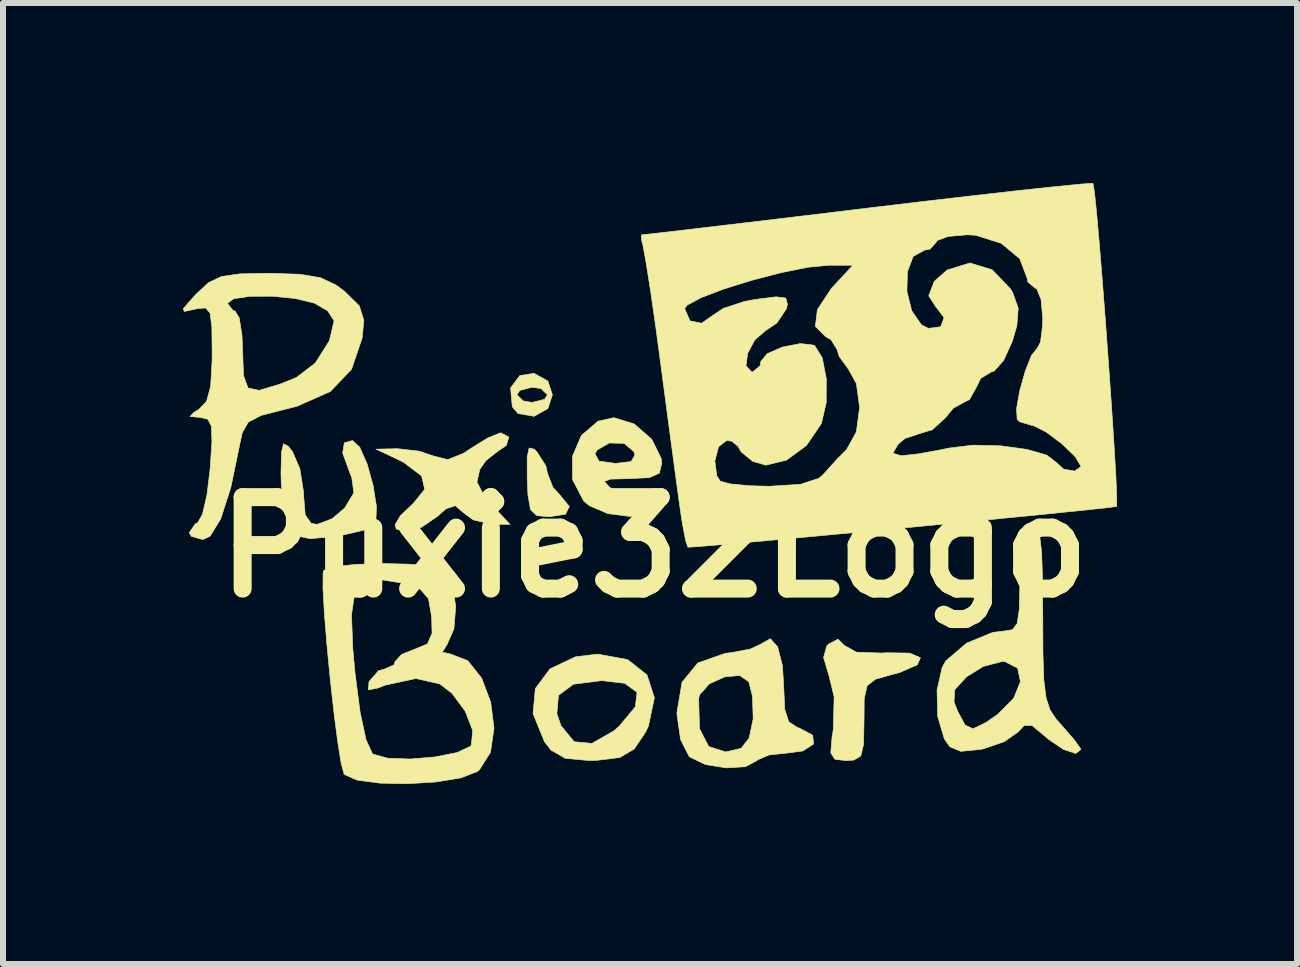
<source format=kicad_pcb>
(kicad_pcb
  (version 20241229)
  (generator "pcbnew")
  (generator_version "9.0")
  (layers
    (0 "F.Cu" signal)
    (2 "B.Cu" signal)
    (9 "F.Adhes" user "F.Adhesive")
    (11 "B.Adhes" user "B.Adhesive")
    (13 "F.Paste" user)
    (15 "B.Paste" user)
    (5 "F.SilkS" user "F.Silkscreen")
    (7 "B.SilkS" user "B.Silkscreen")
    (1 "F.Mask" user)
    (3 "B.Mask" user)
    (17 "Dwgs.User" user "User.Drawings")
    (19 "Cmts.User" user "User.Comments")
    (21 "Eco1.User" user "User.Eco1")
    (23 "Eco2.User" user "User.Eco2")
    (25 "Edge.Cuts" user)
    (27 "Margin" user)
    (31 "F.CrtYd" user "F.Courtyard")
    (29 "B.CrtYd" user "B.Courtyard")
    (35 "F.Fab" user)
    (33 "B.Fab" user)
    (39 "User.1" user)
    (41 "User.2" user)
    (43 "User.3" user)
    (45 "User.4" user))
  (footprint "Puxie32Logo"
    (layer "F.Cu")
    (at 7.852 6.07)
    (property "Reference" "Puxie32Logo" (at 0 0 0) (layer "F.SilkS") (effects (font (size 1.524 1.524) (thickness 0.3))))
    (attr through_hole)
    (fp_poly (pts (xy -2 -1.634) (xy -1.956 -1.593) (xy -1.805 -1.356) (xy -1.778 -1.231) (xy -1.688 -1) (xy -1.587 -0.889) (xy -1.413 -0.679) (xy -1.478 -0.549) (xy -1.746 -0.508) (xy -1.954 -0.526) (xy -2.06 -0.624) (xy -2.103 -0.867) (xy -2.115 -1.14) (xy -2.116 -1.503) (xy -2.083 -1.654) (xy -2 -1.634)) (stroke (width 0.01) (type solid)) (fill yes) (layer "F.SilkS"))
    (fp_poly (pts (xy -1.772 -2.77) (xy -1.696 -2.54) (xy -1.771 -2.311) (xy -2 -2.182) (xy -2.001 -2.182) (xy -2.269 -2.228) (xy -2.364 -2.341) (xy -2.382 -2.54) (xy -2.286 -2.54) (xy -2.18 -2.437) (xy -2.032 -2.413) (xy -1.826 -2.466) (xy -1.778 -2.54) (xy -1.884 -2.643) (xy -2.032 -2.667) (xy -2.238 -2.614) (xy -2.286 -2.54) (xy -2.382 -2.54) (xy -2.392 -2.655) (xy -2.24 -2.86) (xy -2.001 -2.898) (xy -1.772 -2.77)) (stroke (width 0.01) (type solid)) (fill yes) (layer "F.SilkS"))
    (fp_poly (pts (xy 3.165 1.634) (xy 3.371 1.749) (xy 3.794 1.764) (xy 3.858 1.759) (xy 4.259 1.765) (xy 4.438 1.842) (xy 4.386 1.96) (xy 4.093 2.088) (xy 3.969 2.121) (xy 3.691 2.199) (xy 3.55 2.308) (xy 3.501 2.525) (xy 3.498 2.896) (xy 3.491 3.282) (xy 3.444 3.479) (xy 3.328 3.548) (xy 3.201 3.556) (xy 3.013 3.535) (xy 2.944 3.427) (xy 2.966 3.16) (xy 2.986 3.041) (xy 3 2.493) (xy 2.915 2.145) (xy 2.824 1.838) (xy 2.876 1.649) (xy 2.908 1.613) (xy 3.064 1.533) (xy 3.165 1.634)) (stroke (width 0.01) (type solid)) (fill yes) (layer "F.SilkS"))
    (fp_poly (pts (xy -0.442 1.873) (xy -0.119 2.128) (xy 0.004 2.51) (xy -0.095 2.981) (xy -0.146 3.088) (xy -0.333 3.364) (xy -0.573 3.505) (xy -0.954 3.552) (xy -1.097 3.554) (xy -1.48 3.519) (xy -1.717 3.383) (xy -1.827 3.243) (xy -2.017 2.777) (xy -1.621 2.777) (xy -1.552 2.975) (xy -1.333 3.242) (xy -1.037 3.27) (xy -0.67 3.06) (xy -0.581 2.982) (xy -0.313 2.659) (xy -0.285 2.417) (xy -0.491 2.268) (xy -0.877 2.223) (xy -1.347 2.284) (xy -1.595 2.469) (xy -1.621 2.777) (xy -2.017 2.777) (xy -2.018 2.775) (xy -1.98 2.356) (xy -1.735 2.027) (xy -1.309 1.826) (xy -0.94 1.782) (xy -0.442 1.873)) (stroke (width 0.01) (type solid)) (fill yes) (layer "F.SilkS"))
    (fp_poly (pts (xy -4.906 -1.666) (xy -4.784 -1.388) (xy -4.684 -1.03) (xy -4.628 -0.679) (xy -4.638 -0.422) (xy -4.669 -0.36) (xy -4.849 -0.282) (xy -5.183 -0.204) (xy -5.358 -0.176) (xy -5.731 -0.142) (xy -5.939 -0.185) (xy -6.066 -0.326) (xy -6.083 -0.357) (xy -6.167 -0.64) (xy -6.214 -1.048) (xy -6.219 -1.23) (xy -6.21 -1.585) (xy -6.177 -1.724) (xy -6.099 -1.683) (xy -6.028 -1.595) (xy -5.904 -1.305) (xy -5.843 -0.918) (xy -5.842 -0.865) (xy -5.815 -0.536) (xy -5.715 -0.398) (xy -5.616 -0.381) (xy -5.37 -0.472) (xy -5.159 -0.651) (xy -5.004 -0.906) (xy -5.04 -1.165) (xy -5.067 -1.229) (xy -5.191 -1.57) (xy -5.163 -1.74) (xy -5.027 -1.778) (xy -4.906 -1.666)) (stroke (width 0.01) (type solid)) (fill yes) (layer "F.SilkS"))
    (fp_poly (pts (xy -2.422 -1.836) (xy -2.463 -1.696) (xy -2.595 -1.608) (xy -2.803 -1.444) (xy -2.905 -1.3) (xy -2.953 -1.087) (xy -2.833 -0.854) (xy -2.718 -0.721) (xy -2.403 -0.381) (xy -2.71 -0.381) (xy -3.017 -0.457) (xy -3.179 -0.576) (xy -3.316 -0.693) (xy -3.467 -0.641) (xy -3.615 -0.512) (xy -3.88 -0.331) (xy -4.133 -0.255) (xy -4.296 -0.302) (xy -4.318 -0.372) (xy -4.228 -0.527) (xy -4.015 -0.728) (xy -3.824 -0.964) (xy -3.876 -1.189) (xy -4.176 -1.415) (xy -4.318 -1.486) (xy -4.636 -1.634) (xy -4.278 -1.642) (xy -3.916 -1.601) (xy -3.671 -1.518) (xy -3.438 -1.46) (xy -3.171 -1.568) (xy -3.057 -1.645) (xy -2.774 -1.82) (xy -2.567 -1.904) (xy -2.552 -1.905) (xy -2.422 -1.836)) (stroke (width 0.01) (type solid)) (fill yes) (layer "F.SilkS"))
    (fp_poly (pts (xy -0.332 -2.054) (xy -0.039 -1.798) (xy 0.119 -1.477) (xy 0.127 -1.397) (xy 0.087 -1.234) (xy -0.079 -1.16) (xy -0.405 -1.143) (xy -0.727 -1.135) (xy -0.83 -1.097) (xy -0.75 -1.007) (xy -0.693 -0.964) (xy -0.405 -0.854) (xy -0.213 -0.911) (xy 0.033 -0.982) (xy 0.12 -0.866) (xy 0.083 -0.704) (xy -0.092 -0.56) (xy -0.407 -0.513) (xy -0.767 -0.559) (xy -1.08 -0.692) (xy -1.175 -0.773) (xy -1.359 -1.125) (xy -1.362 -1.514) (xy -1.344 -1.556) (xy -0.985 -1.556) (xy -0.919 -1.435) (xy -0.65 -1.397) (xy -0.383 -1.427) (xy -0.321 -1.535) (xy -0.338 -1.594) (xy -0.501 -1.731) (xy -0.748 -1.737) (xy -0.95 -1.621) (xy -0.985 -1.556) (xy -1.344 -1.556) (xy -1.212 -1.863) (xy -0.935 -2.1) (xy -0.67 -2.159) (xy -0.332 -2.054)) (stroke (width 0.01) (type solid)) (fill yes) (layer "F.SilkS"))
    (fp_poly (pts (xy 2.058 1.661) (xy 2.138 1.972) (xy 2.159 2.305) (xy 2.176 2.7) (xy 2.244 2.91) (xy 2.386 3.004) (xy 2.413 3.011) (xy 2.643 3.133) (xy 2.657 3.28) (xy 2.479 3.396) (xy 2.23 3.429) (xy 1.914 3.463) (xy 1.723 3.545) (xy 1.714 3.556) (xy 1.523 3.658) (xy 1.202 3.678) (xy 0.858 3.623) (xy 0.598 3.499) (xy 0.581 3.483) (xy 0.441 3.207) (xy 0.381 2.79) (xy 0.381 2.75) (xy 0.42 2.521) (xy 0.742 2.521) (xy 0.756 3.023) (xy 0.909 3.322) (xy 1.193 3.412) (xy 1.45 3.352) (xy 1.584 3.181) (xy 1.651 2.86) (xy 1.639 2.485) (xy 1.578 2.243) (xy 1.426 2.138) (xy 1.175 2.161) (xy 0.919 2.278) (xy 0.758 2.459) (xy 0.742 2.521) (xy 0.42 2.521) (xy 0.465 2.251) (xy 0.728 1.929) (xy 1.184 1.769) (xy 1.292 1.756) (xy 1.604 1.697) (xy 1.79 1.61) (xy 1.796 1.603) (xy 1.937 1.525) (xy 2.058 1.661)) (stroke (width 0.01) (type solid)) (fill yes) (layer "F.SilkS"))
    (fp_poly (pts (xy 6.369 -0.343) (xy 6.424 -0.201) (xy 6.458 0.082) (xy 6.473 0.546) (xy 6.477 1.124) (xy 6.48 1.77) (xy 6.495 2.214) (xy 6.532 2.51) (xy 6.598 2.712) (xy 6.705 2.871) (xy 6.795 2.972) (xy 7.002 3.21) (xy 7.108 3.359) (xy 7.112 3.372) (xy 7.026 3.438) (xy 6.819 3.369) (xy 6.563 3.194) (xy 6.516 3.152) (xy 6.301 2.974) (xy 6.169 2.969) (xy 6.063 3.081) (xy 5.837 3.24) (xy 5.492 3.359) (xy 5.44 3.37) (xy 5.11 3.402) (xy 4.926 3.324) (xy 4.837 3.195) (xy 4.726 2.821) (xy 4.72 2.58) (xy 4.998 2.58) (xy 5.057 2.731) (xy 5.181 2.963) (xy 5.313 3.026) (xy 5.527 2.924) (xy 5.727 2.785) (xy 5.993 2.517) (xy 6.105 2.239) (xy 6.058 2.015) (xy 5.846 1.907) (xy 5.798 1.905) (xy 5.485 1.987) (xy 5.206 2.16) (xy 5.01 2.374) (xy 4.998 2.58) (xy 4.72 2.58) (xy 4.715 2.381) (xy 4.801 2.002) (xy 4.862 1.894) (xy 5.207 1.599) (xy 5.642 1.42) (xy 5.834 1.397) (xy 5.971 1.375) (xy 6.05 1.272) (xy 6.086 1.035) (xy 6.096 0.608) (xy 6.096 0.508) (xy 6.107 0.025) (xy 6.147 -0.251) (xy 6.227 -0.368) (xy 6.287 -0.381) (xy 6.369 -0.343)) (stroke (width 0.01) (type solid)) (fill yes) (layer "F.SilkS"))
    (fp_poly (pts (xy -6.413 -4.565) (xy -5.902 -4.549) (xy -5.559 -4.491) (xy -5.301 -4.369) (xy -5.157 -4.262) (xy -4.914 -4.023) (xy -4.838 -3.781) (xy -4.866 -3.486) (xy -5.043 -2.966) (xy -5.397 -2.595) (xy -5.953 -2.349) (xy -6.15 -2.299) (xy -6.547 -2.197) (xy -6.762 -2.086) (xy -6.863 -1.914) (xy -6.901 -1.74) (xy -7.055 -0.996) (xy -7.223 -0.473) (xy -7.4 -0.184) (xy -7.522 -0.127) (xy -7.712 -0.181) (xy -7.747 -0.243) (xy -7.648 -0.388) (xy -7.608 -0.406) (xy -7.528 -0.547) (xy -7.453 -0.871) (xy -7.4 -1.306) (xy -7.37 -1.76) (xy -7.379 -2.018) (xy -7.439 -2.133) (xy -7.56 -2.163) (xy -7.571 -2.163) (xy -7.736 -2.178) (xy -7.669 -2.248) (xy -7.588 -2.296) (xy -7.46 -2.43) (xy -7.391 -2.681) (xy -7.367 -3.112) (xy -7.366 -3.233) (xy -7.371 -3.669) (xy -7.401 -3.903) (xy -7.476 -3.988) (xy -7.616 -3.976) (xy -7.652 -3.967) (xy -7.831 -3.929) (xy -7.847 -3.975) (xy -7.77 -4.064) (xy -7.112 -4.064) (xy -7.015 -3.941) (xy -6.985 -3.937) (xy -6.915 -3.822) (xy -6.869 -3.527) (xy -6.858 -3.25) (xy -6.843 -2.859) (xy -6.768 -2.654) (xy -6.584 -2.614) (xy -6.245 -2.715) (xy -5.963 -2.828) (xy -5.647 -3.069) (xy -5.411 -3.443) (xy -5.334 -3.775) (xy -5.44 -3.939) (xy -5.66 -4.067) (xy -5.978 -4.145) (xy -6.362 -4.183) (xy -6.733 -4.182) (xy -7.01 -4.14) (xy -7.112 -4.064) (xy -7.77 -4.064) (xy -7.695 -4.151) (xy -7.62 -4.231) (xy -7.424 -4.411) (xy -7.21 -4.512) (xy -6.9 -4.556) (xy -6.415 -4.565) (xy -6.413 -4.565)) (stroke (width 0.01) (type solid)) (fill yes) (layer "F.SilkS"))
    (fp_poly (pts (xy -4.077 0.283) (xy -3.707 0.318) (xy -3.497 0.378) (xy -3.491 0.382) (xy -3.36 0.624) (xy -3.307 0.991) (xy -3.337 1.363) (xy -3.452 1.623) (xy -3.454 1.626) (xy -3.531 1.749) (xy -3.4 1.778) (xy -3.106 1.891) (xy -2.875 2.182) (xy -2.724 2.581) (xy -2.669 3.016) (xy -2.727 3.417) (xy -2.913 3.711) (xy -2.949 3.739) (xy -3.22 3.844) (xy -3.633 3.912) (xy -4.11 3.942) (xy -4.574 3.932) (xy -4.949 3.882) (xy -5.159 3.79) (xy -5.168 3.778) (xy -5.216 3.602) (xy -5.274 3.24) (xy -5.337 2.75) (xy -5.399 2.191) (xy -5.454 1.621) (xy -5.494 1.124) (xy -5.044 1.124) (xy -5.023 1.679) (xy -4.985 2.099) (xy -4.9 2.752) (xy -4.802 3.207) (xy -4.698 3.436) (xy -4.683 3.449) (xy -4.44 3.517) (xy -4.064 3.53) (xy -3.648 3.495) (xy -3.283 3.422) (xy -3.063 3.319) (xy -3.046 3.298) (xy -3.024 3.053) (xy -3.148 2.734) (xy -3.369 2.435) (xy -3.572 2.278) (xy -3.973 2.188) (xy -4.485 2.3) (xy -4.605 2.347) (xy -4.765 2.378) (xy -4.751 2.237) (xy -4.75 2.237) (xy -4.593 2.059) (xy -4.495 2.032) (xy -4.335 1.96) (xy -4.318 1.907) (xy -4.21 1.788) (xy -3.994 1.701) (xy -3.778 1.612) (xy -3.701 1.436) (xy -3.708 1.163) (xy -3.76 0.859) (xy -3.899 0.699) (xy -4.207 0.599) (xy -4.235 0.592) (xy -4.602 0.533) (xy -4.848 0.582) (xy -4.991 0.768) (xy -5.044 1.124) (xy -5.494 1.124) (xy -5.496 1.099) (xy -5.519 0.683) (xy -5.517 0.431) (xy -5.505 0.385) (xy -5.321 0.323) (xy -4.967 0.286) (xy -4.525 0.272) (xy -4.077 0.283)) (stroke (width 0.01) (type solid)) (fill yes) (layer "F.SilkS"))
    (fp_poly (pts (xy 7.314 -6.063) (xy 7.337 -5.929) (xy 7.373 -5.587) (xy 7.417 -5.084) (xy 7.468 -4.464) (xy 7.521 -3.774) (xy 7.573 -3.057) (xy 7.622 -2.361) (xy 7.663 -1.73) (xy 7.694 -1.21) (xy 7.71 -0.846) (xy 7.709 -0.684) (xy 7.708 -0.68) (xy 7.581 -0.662) (xy 7.24 -0.625) (xy 6.724 -0.572) (xy 6.072 -0.507) (xy 5.324 -0.434) (xy 4.519 -0.356) (xy 3.695 -0.278) (xy 2.891 -0.203) (xy 2.148 -0.134) (xy 1.503 -0.076) (xy 0.996 -0.032) (xy 0.666 -0.006) (xy 0.562 0) (xy 0.525 -0.111) (xy 0.472 -0.388) (xy 0.458 -0.476) (xy 0.416 -0.766) (xy 0.35 -1.251) (xy 0.266 -1.876) (xy 0.172 -2.584) (xy 0.12 -2.979) (xy 0.027 -3.671) (xy -0.017 -3.978) (xy 0.508 -3.978) (xy 0.598 -3.772) (xy 0.792 -3.733) (xy 0.945 -3.842) (xy 1.152 -3.98) (xy 1.506 -4.096) (xy 1.68 -4.129) (xy 2.034 -4.173) (xy 2.195 -4.152) (xy 2.222 -4.05) (xy 2.206 -3.977) (xy 2.047 -3.738) (xy 1.865 -3.615) (xy 1.68 -3.459) (xy 1.559 -3.232) (xy 1.531 -3.024) (xy 1.625 -2.922) (xy 1.642 -2.921) (xy 1.765 -3.023) (xy 1.778 -3.096) (xy 1.887 -3.227) (xy 2.143 -3.337) (xy 2.437 -3.394) (xy 2.664 -3.367) (xy 2.675 -3.36) (xy 2.802 -3.158) (xy 2.869 -2.808) (xy 2.868 -2.411) (xy 2.79 -2.069) (xy 2.786 -2.059) (xy 2.538 -1.695) (xy 2.206 -1.451) (xy 1.862 -1.368) (xy 1.645 -1.43) (xy 1.45 -1.589) (xy 1.397 -1.682) (xy 1.294 -1.767) (xy 1.206 -1.778) (xy 1.073 -1.674) (xy 1.012 -1.439) (xy 1.043 -1.193) (xy 1.101 -1.101) (xy 1.265 -1.055) (xy 1.601 -1.024) (xy 1.921 -1.016) (xy 2.438 -1.048) (xy 2.744 -1.148) (xy 2.821 -1.215) (xy 3.05 -1.469) (xy 3.148 -1.566) (xy 3.979 -1.566) (xy 4.11 -1.527) (xy 4.144 -1.527) (xy 4.416 -1.557) (xy 4.799 -1.628) (xy 4.91 -1.652) (xy 5.315 -1.701) (xy 5.774 -1.69) (xy 6.21 -1.631) (xy 6.546 -1.534) (xy 6.706 -1.409) (xy 6.706 -1.408) (xy 6.828 -1.3) (xy 7.008 -1.27) (xy 7.111 -1.339) (xy 7.112 -1.351) (xy 7.018 -1.509) (xy 6.795 -1.724) (xy 6.532 -1.921) (xy 6.318 -2.028) (xy 6.287 -2.032) (xy 6.086 -2.093) (xy 6.05 -2.131) (xy 6.04 -2.307) (xy 6.093 -2.606) (xy 6.185 -2.934) (xy 6.289 -3.198) (xy 6.376 -3.302) (xy 6.439 -3.415) (xy 6.474 -3.696) (xy 6.477 -3.81) (xy 6.449 -4.128) (xy 6.378 -4.305) (xy 6.35 -4.318) (xy 6.229 -4.419) (xy 6.219 -4.477) (xy 6.094 -4.808) (xy 5.785 -5.065) (xy 5.36 -5.199) (xy 5.218 -5.207) (xy 4.896 -5.179) (xy 4.714 -5.11) (xy 4.699 -5.08) (xy 4.596 -4.967) (xy 4.511 -4.953) (xy 4.319 -4.849) (xy 4.221 -4.592) (xy 4.213 -4.262) (xy 4.293 -3.94) (xy 4.455 -3.706) (xy 4.571 -3.647) (xy 4.775 -3.674) (xy 4.832 -3.826) (xy 4.702 -3.999) (xy 4.699 -4) (xy 4.576 -4.19) (xy 4.668 -4.43) (xy 4.884 -4.62) (xy 5.263 -4.737) (xy 5.634 -4.624) (xy 5.942 -4.302) (xy 5.976 -4.242) (xy 6.068 -3.984) (xy 6.045 -3.691) (xy 5.969 -3.43) (xy 5.826 -3.115) (xy 5.669 -2.937) (xy 5.619 -2.921) (xy 5.443 -2.815) (xy 5.371 -2.667) (xy 5.256 -2.461) (xy 5.159 -2.413) (xy 4.985 -2.316) (xy 4.855 -2.159) (xy 4.637 -1.958) (xy 4.459 -1.905) (xy 4.18 -1.813) (xy 4.064 -1.714) (xy 3.979 -1.566) (xy 3.148 -1.566) (xy 3.207 -1.625) (xy 3.37 -1.922) (xy 3.425 -2.329) (xy 3.371 -2.727) (xy 3.239 -2.966) (xy 3.082 -3.183) (xy 3.048 -3.297) (xy 2.946 -3.46) (xy 2.857 -3.51) (xy 2.687 -3.681) (xy 2.721 -3.96) (xy 2.952 -4.31) (xy 2.99 -4.351) (xy 3.312 -4.699) (xy 2.902 -4.699) (xy 2.558 -4.665) (xy 2.11 -4.574) (xy 1.622 -4.447) (xy 1.157 -4.302) (xy 0.778 -4.157) (xy 0.548 -4.033) (xy 0.508 -3.978) (xy -0.017 -3.978) (xy -0.06 -4.275) (xy -0.134 -4.744) (xy -0.187 -5.035) (xy -0.207 -5.106) (xy -0.212 -5.204) (xy -0.197 -5.207) (xy -0.058 -5.222) (xy 0.302 -5.263) (xy 0.85 -5.328) (xy 1.554 -5.411) (xy 2.383 -5.51) (xy 3.304 -5.621) (xy 3.575 -5.654) (xy 4.514 -5.766) (xy 5.368 -5.865) (xy 6.105 -5.948) (xy 6.694 -6.011) (xy 7.103 -6.051) (xy 7.301 -6.065) (xy 7.314 -6.063)) (stroke (width 0.01) (type solid)) (fill yes) (layer "F.SilkS")))
  (gr_rect
    (start -3 -3)
    (end 18.567 13.016)
    (stroke (width 0.1) (type default))
    (fill no)
    (layer "Edge.Cuts")))
</source>
